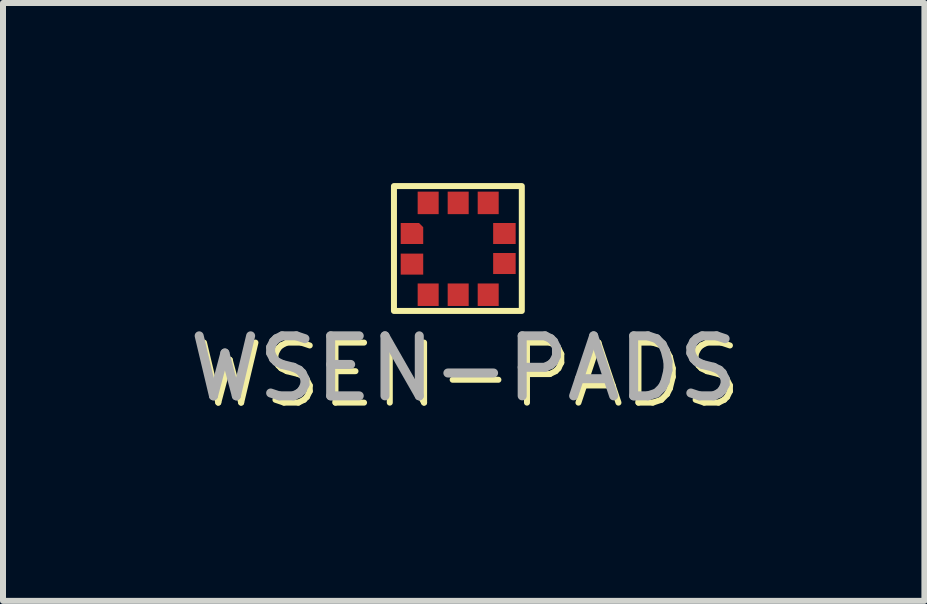
<source format=kicad_pcb>
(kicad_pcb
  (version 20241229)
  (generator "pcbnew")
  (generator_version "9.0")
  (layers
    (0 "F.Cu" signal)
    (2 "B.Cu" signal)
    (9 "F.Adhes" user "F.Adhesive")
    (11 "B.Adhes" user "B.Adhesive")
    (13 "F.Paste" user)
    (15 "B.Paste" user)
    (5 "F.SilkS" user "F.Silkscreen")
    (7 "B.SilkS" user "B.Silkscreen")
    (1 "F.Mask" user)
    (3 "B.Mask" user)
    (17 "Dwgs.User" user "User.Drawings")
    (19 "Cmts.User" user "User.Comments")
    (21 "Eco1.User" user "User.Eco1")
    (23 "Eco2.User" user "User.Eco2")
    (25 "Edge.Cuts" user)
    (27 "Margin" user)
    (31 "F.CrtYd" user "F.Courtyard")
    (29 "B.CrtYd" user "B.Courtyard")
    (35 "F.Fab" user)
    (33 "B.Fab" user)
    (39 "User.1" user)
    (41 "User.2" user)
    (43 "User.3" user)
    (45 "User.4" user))
  (footprint "WSEN-PADS"
    (layer "F.Cu")
    (at 4.683 1.81)
    (property "Reference" "WSEN-PADS" (at 0.07 1.39 0) (unlocked yes) (layer "F.SilkS") (effects (font (size 1 1) (thickness 0.1))))
    (attr smd)
    (fp_rect (start -1.17 -1.76) (end 0.96 0.32) (stroke (width 0.1) (type default)) (fill no) (layer "F.SilkS"))
    (fp_text user "${REFERENCE}" (at -0.01 1.28 0) (unlocked yes) (layer "F.Fab") (effects (font (size 1 1) (thickness 0.15))))
    (pad "1" smd roundrect (at -0.87 -0.97 180) (size 0.375 0.35) (layers "F.Cu" "F.Mask" "F.Paste") (roundrect_rratio 0) (chamfer_ratio 0.2) (chamfer bottom_left))
    (pad "2" smd roundrect (at -0.87 -0.46 180) (size 0.375 0.35) (layers "F.Cu" "F.Mask" "F.Paste") (roundrect_rratio 0) (chamfer_ratio 0.2) (chamfer))
    (pad "3" smd roundrect (at -0.6 0.05 90) (size 0.375 0.35) (layers "F.Cu" "F.Mask" "F.Paste") (roundrect_rratio 0) (chamfer_ratio 0.2) (chamfer))
    (pad "4" smd roundrect (at -0.1 0.05 90) (size 0.375 0.35) (layers "F.Cu" "F.Mask" "F.Paste") (roundrect_rratio 0) (chamfer_ratio 0.2) (chamfer))
    (pad "5" smd roundrect (at 0.4 0.05 90) (size 0.375 0.35) (layers "F.Cu" "F.Mask" "F.Paste") (roundrect_rratio 0) (chamfer_ratio 0.2) (chamfer))
    (pad "6" smd roundrect (at 0.67 -0.47 180) (size 0.375 0.35) (layers "F.Cu" "F.Mask" "F.Paste") (roundrect_rratio 0) (chamfer_ratio 0.2) (chamfer))
    (pad "7" smd roundrect (at 0.67 -0.97 180) (size 0.375 0.35) (layers "F.Cu" "F.Mask" "F.Paste") (roundrect_rratio 0) (chamfer_ratio 0.2) (chamfer))
    (pad "8" smd roundrect (at 0.4 -1.48 90) (size 0.375 0.35) (layers "F.Cu" "F.Mask" "F.Paste") (roundrect_rratio 0) (chamfer_ratio 0.2) (chamfer))
    (pad "9" smd roundrect (at -0.1 -1.48 90) (size 0.375 0.35) (layers "F.Cu" "F.Mask" "F.Paste") (roundrect_rratio 0) (chamfer_ratio 0.2) (chamfer))
    (pad "10" smd roundrect (at -0.6 -1.48 90) (size 0.375 0.35) (layers "F.Cu" "F.Mask" "F.Paste") (roundrect_rratio 0) (chamfer_ratio 0.2) (chamfer)))
  (gr_rect
    (start -3 -3)
    (end 12.35 6.96)
    (stroke (width 0.1) (type default))
    (fill no)
    (layer "Edge.Cuts")))
</source>
